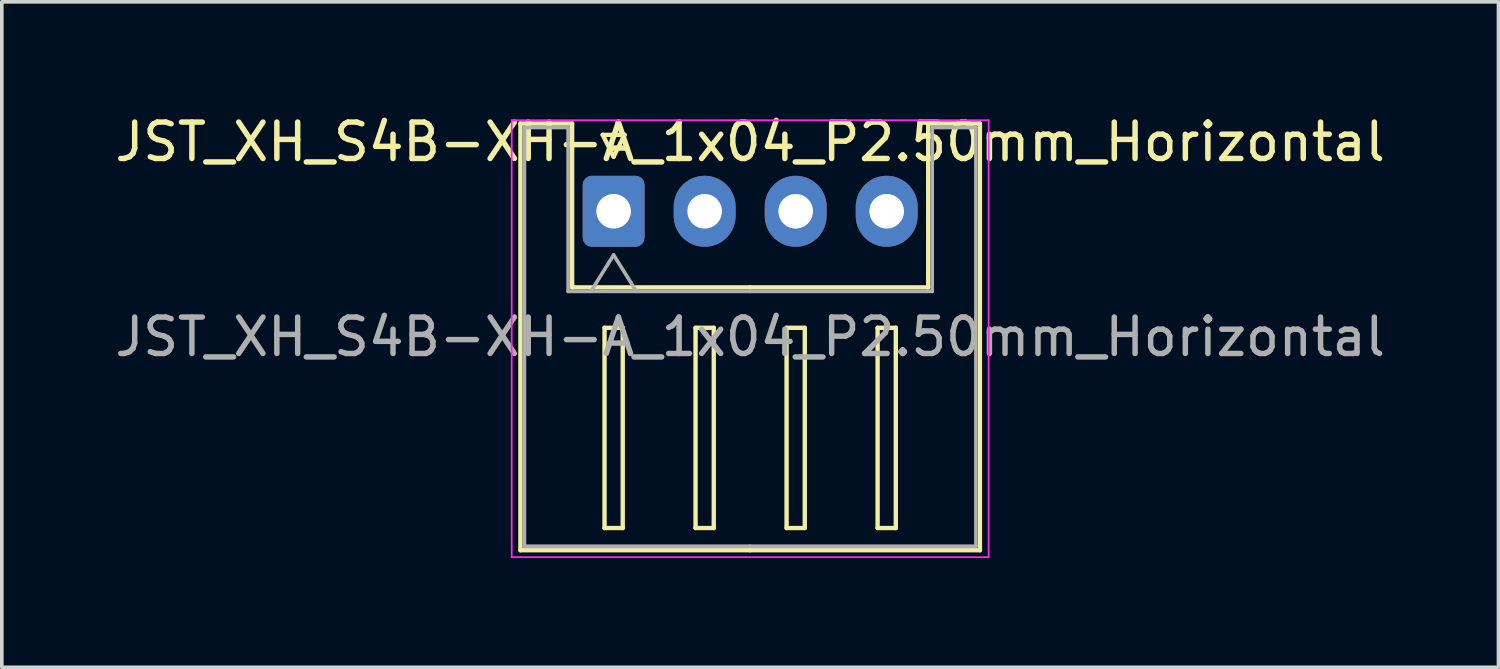
<source format=kicad_pcb>
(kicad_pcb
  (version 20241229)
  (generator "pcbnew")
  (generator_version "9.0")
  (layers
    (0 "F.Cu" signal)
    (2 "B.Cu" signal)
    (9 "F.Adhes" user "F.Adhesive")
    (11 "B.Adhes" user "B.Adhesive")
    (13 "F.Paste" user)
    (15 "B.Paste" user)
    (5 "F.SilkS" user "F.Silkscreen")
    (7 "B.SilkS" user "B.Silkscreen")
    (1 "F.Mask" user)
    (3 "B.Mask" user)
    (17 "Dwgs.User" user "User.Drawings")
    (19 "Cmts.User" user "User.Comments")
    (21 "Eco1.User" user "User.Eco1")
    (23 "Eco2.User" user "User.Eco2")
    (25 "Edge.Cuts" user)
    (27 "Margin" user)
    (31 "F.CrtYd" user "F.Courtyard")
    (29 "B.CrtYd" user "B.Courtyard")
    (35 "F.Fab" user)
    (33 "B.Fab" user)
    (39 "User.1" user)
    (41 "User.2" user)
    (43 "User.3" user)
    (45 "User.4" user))
  (footprint "JST_XH_S4B-XH-A_1x04_P2.50mm_Horizontal"
    (layer "F.Cu")
    (at 13.804 2.753)
    (property "Reference" "JST_XH_S4B-XH-A_1x04_P2.50mm_Horizontal" (at 3.75 -1.905 0) (layer "F.SilkS") (effects (font (size 1 1) (thickness 0.15))))
    (attr through_hole)
    (fp_line (start -2.56 -2.41) (end -1.14 -2.41) (stroke (width 0.12) (type solid)) (layer "F.SilkS"))
    (fp_line (start -2.56 9.31) (end -2.56 -2.41) (stroke (width 0.12) (type solid)) (layer "F.SilkS"))
    (fp_line (start -1.14 -2.41) (end -1.14 2.09) (stroke (width 0.12) (type solid)) (layer "F.SilkS"))
    (fp_line (start -1.14 2.09) (end 3.75 2.09) (stroke (width 0.12) (type solid)) (layer "F.SilkS"))
    (fp_line (start -0.3 -2.1) (end 0.3 -2.1) (stroke (width 0.12) (type solid)) (layer "F.SilkS"))
    (fp_line (start -0.25 3.2) (end -0.25 8.7) (stroke (width 0.12) (type solid)) (layer "F.SilkS"))
    (fp_line (start -0.25 8.7) (end 0.25 8.7) (stroke (width 0.12) (type solid)) (layer "F.SilkS"))
    (fp_line (start 0 -1.5) (end -0.3 -2.1) (stroke (width 0.12) (type solid)) (layer "F.SilkS"))
    (fp_line (start 0.25 3.2) (end -0.25 3.2) (stroke (width 0.12) (type solid)) (layer "F.SilkS"))
    (fp_line (start 0.25 8.7) (end 0.25 3.2) (stroke (width 0.12) (type solid)) (layer "F.SilkS"))
    (fp_line (start 0.3 -2.1) (end 0 -1.5) (stroke (width 0.12) (type solid)) (layer "F.SilkS"))
    (fp_line (start 2.25 3.2) (end 2.25 8.7) (stroke (width 0.12) (type solid)) (layer "F.SilkS"))
    (fp_line (start 2.25 8.7) (end 2.75 8.7) (stroke (width 0.12) (type solid)) (layer "F.SilkS"))
    (fp_line (start 2.75 3.2) (end 2.25 3.2) (stroke (width 0.12) (type solid)) (layer "F.SilkS"))
    (fp_line (start 2.75 8.7) (end 2.75 3.2) (stroke (width 0.12) (type solid)) (layer "F.SilkS"))
    (fp_line (start 3.75 9.31) (end -2.56 9.31) (stroke (width 0.12) (type solid)) (layer "F.SilkS"))
    (fp_line (start 3.75 9.31) (end 10.06 9.31) (stroke (width 0.12) (type solid)) (layer "F.SilkS"))
    (fp_line (start 4.75 3.2) (end 4.75 8.7) (stroke (width 0.12) (type solid)) (layer "F.SilkS"))
    (fp_line (start 4.75 8.7) (end 5.25 8.7) (stroke (width 0.12) (type solid)) (layer "F.SilkS"))
    (fp_line (start 5.25 3.2) (end 4.75 3.2) (stroke (width 0.12) (type solid)) (layer "F.SilkS"))
    (fp_line (start 5.25 8.7) (end 5.25 3.2) (stroke (width 0.12) (type solid)) (layer "F.SilkS"))
    (fp_line (start 7.25 3.2) (end 7.25 8.7) (stroke (width 0.12) (type solid)) (layer "F.SilkS"))
    (fp_line (start 7.25 8.7) (end 7.75 8.7) (stroke (width 0.12) (type solid)) (layer "F.SilkS"))
    (fp_line (start 7.75 3.2) (end 7.25 3.2) (stroke (width 0.12) (type solid)) (layer "F.SilkS"))
    (fp_line (start 7.75 8.7) (end 7.75 3.2) (stroke (width 0.12) (type solid)) (layer "F.SilkS"))
    (fp_line (start 8.64 -2.41) (end 8.64 2.09) (stroke (width 0.12) (type solid)) (layer "F.SilkS"))
    (fp_line (start 8.64 2.09) (end 3.75 2.09) (stroke (width 0.12) (type solid)) (layer "F.SilkS"))
    (fp_line (start 10.06 -2.41) (end 8.64 -2.41) (stroke (width 0.12) (type solid)) (layer "F.SilkS"))
    (fp_line (start 10.06 9.31) (end 10.06 -2.41) (stroke (width 0.12) (type solid)) (layer "F.SilkS"))
    (fp_line (start -2.8 -2.5) (end -2.8 9.5) (stroke (width 0.05) (type solid)) (layer "F.CrtYd"))
    (fp_line (start -2.8 9.5) (end 10.3 9.5) (stroke (width 0.05) (type solid)) (layer "F.CrtYd"))
    (fp_line (start 10.3 -2.5) (end -2.8 -2.5) (stroke (width 0.05) (type solid)) (layer "F.CrtYd"))
    (fp_line (start 10.3 9.5) (end 10.3 -2.5) (stroke (width 0.05) (type solid)) (layer "F.CrtYd"))
    (fp_line (start -2.45 -2.3) (end -1.25 -2.3) (stroke (width 0.1) (type solid)) (layer "F.Fab"))
    (fp_line (start -2.45 9.2) (end -2.45 -2.3) (stroke (width 0.1) (type solid)) (layer "F.Fab"))
    (fp_line (start -1.25 -2.3) (end -1.25 2.2) (stroke (width 0.1) (type solid)) (layer "F.Fab"))
    (fp_line (start -1.25 2.2) (end 3.75 2.2) (stroke (width 0.1) (type solid)) (layer "F.Fab"))
    (fp_line (start -0.625 2.2) (end 0 1.2) (stroke (width 0.1) (type solid)) (layer "F.Fab"))
    (fp_line (start 0 1.2) (end 0.625 2.2) (stroke (width 0.1) (type solid)) (layer "F.Fab"))
    (fp_line (start 3.75 9.2) (end -2.45 9.2) (stroke (width 0.1) (type solid)) (layer "F.Fab"))
    (fp_line (start 3.75 9.2) (end 9.95 9.2) (stroke (width 0.1) (type solid)) (layer "F.Fab"))
    (fp_line (start 8.75 -2.3) (end 8.75 2.2) (stroke (width 0.1) (type solid)) (layer "F.Fab"))
    (fp_line (start 8.75 2.2) (end 3.75 2.2) (stroke (width 0.1) (type solid)) (layer "F.Fab"))
    (fp_line (start 9.95 -2.3) (end 8.75 -2.3) (stroke (width 0.1) (type solid)) (layer "F.Fab"))
    (fp_line (start 9.95 9.2) (end 9.95 -2.3) (stroke (width 0.1) (type solid)) (layer "F.Fab"))
    (fp_text user "${REFERENCE}" (at 3.75 3.45 0) (layer "F.Fab") (effects (font (size 1 1) (thickness 0.15))))
    (pad "1" thru_hole roundrect (at 0 0) (size 1.7 1.95) (drill 0.95) (layers "*.Cu" "*.Mask") (roundrect_rratio 0.147))
    (pad "2" thru_hole oval (at 2.5 0) (size 1.7 1.95) (drill 0.95) (layers "*.Cu" "*.Mask"))
    (pad "3" thru_hole oval (at 5 0) (size 1.7 1.95) (drill 0.95) (layers "*.Cu" "*.Mask"))
    (pad "4" thru_hole oval (at 7.5 0) (size 1.7 1.95) (drill 0.95) (layers "*.Cu" "*.Mask")))
  (gr_rect
    (start -3 -3)
    (end 38.107 15.278)
    (stroke (width 0.1) (type default))
    (fill no)
    (layer "Edge.Cuts")))
</source>
